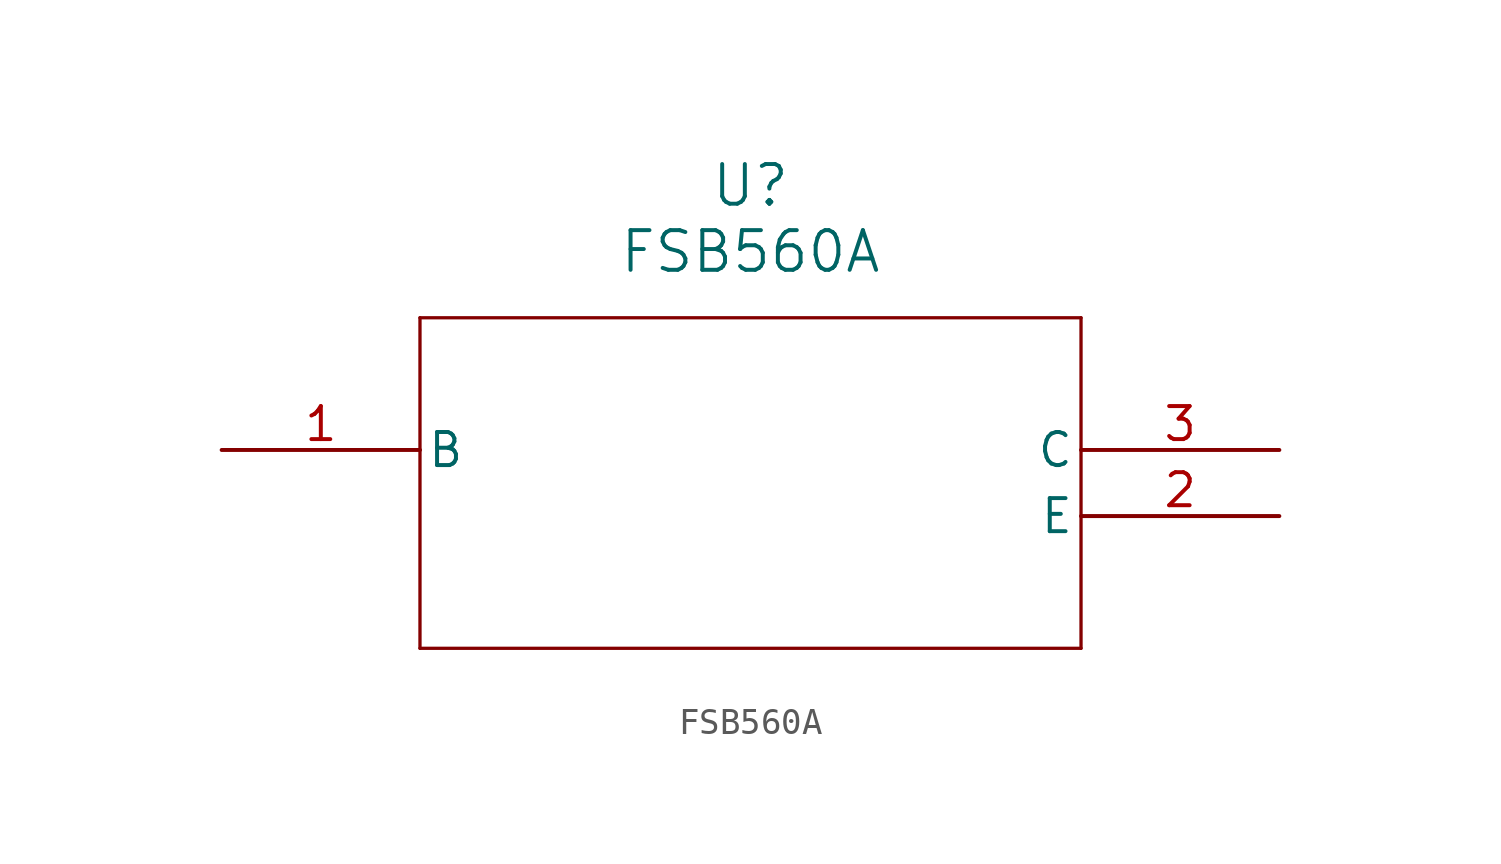
<source format=kicad_sym>
(kicad_symbol_lib
  (version 20211014)
  (generator kicad_symbol_editor)
  (symbol "FSB560A"
    (pin_names
      (offset 0.254))
    (property "Reference" "U"
      (at 20.32 10.16 0)
      (effects (font (size 1.524 1.524))))
    (property "Value" "FSB560A"
      (at 20.32 7.62 0)
      (effects (font (size 1.524 1.524))))
    (symbol "FSB560A_0_1"
      (polyline (pts (xy 7.62 5.08) (xy 7.62 -7.62)) (stroke (width 0.127) (type default) (color 0 0 0 0)) (fill (type none)))
      (polyline (pts (xy 7.62 -7.62) (xy 33.02 -7.62)) (stroke (width 0.127) (type default) (color 0 0 0 0)) (fill (type none)))
      (polyline (pts (xy 33.02 -7.62) (xy 33.02 5.08)) (stroke (width 0.127) (type default) (color 0 0 0 0)) (fill (type none)))
      (polyline (pts (xy 33.02 5.08) (xy 7.62 5.08)) (stroke (width 0.127) (type default) (color 0 0 0 0)) (fill (type none)))
      (pin unspecified line (at 0 0 0) (length 7.62) (name "B" (effects (font (size 1.27 1.27)))) (number "1" (effects (font (size 1.27 1.27)))))
      (pin unspecified line (at 40.64 -2.54 180) (length 7.62) (name "E" (effects (font (size 1.27 1.27)))) (number "2" (effects (font (size 1.27 1.27)))))
      (pin unspecified line (at 40.64 0 180) (length 7.62) (name "C" (effects (font (size 1.27 1.27)))) (number "3" (effects (font (size 1.27 1.27))))))))
</source>
